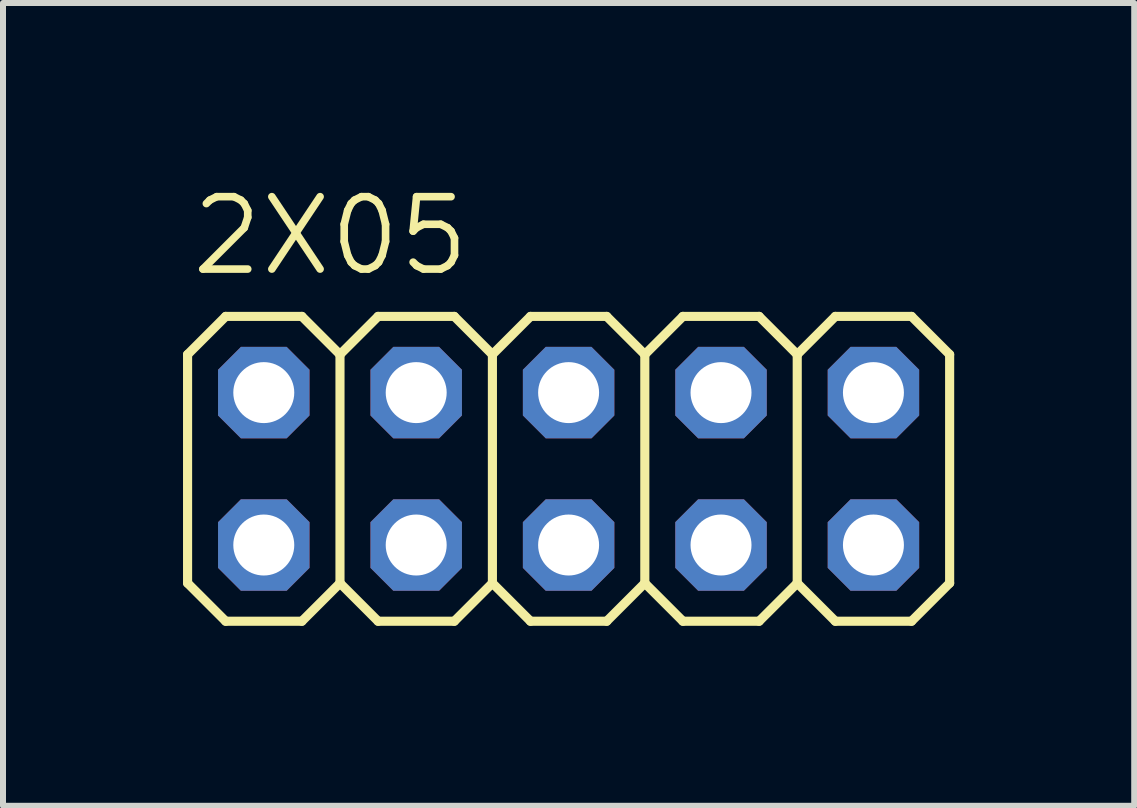
<source format=kicad_pcb>
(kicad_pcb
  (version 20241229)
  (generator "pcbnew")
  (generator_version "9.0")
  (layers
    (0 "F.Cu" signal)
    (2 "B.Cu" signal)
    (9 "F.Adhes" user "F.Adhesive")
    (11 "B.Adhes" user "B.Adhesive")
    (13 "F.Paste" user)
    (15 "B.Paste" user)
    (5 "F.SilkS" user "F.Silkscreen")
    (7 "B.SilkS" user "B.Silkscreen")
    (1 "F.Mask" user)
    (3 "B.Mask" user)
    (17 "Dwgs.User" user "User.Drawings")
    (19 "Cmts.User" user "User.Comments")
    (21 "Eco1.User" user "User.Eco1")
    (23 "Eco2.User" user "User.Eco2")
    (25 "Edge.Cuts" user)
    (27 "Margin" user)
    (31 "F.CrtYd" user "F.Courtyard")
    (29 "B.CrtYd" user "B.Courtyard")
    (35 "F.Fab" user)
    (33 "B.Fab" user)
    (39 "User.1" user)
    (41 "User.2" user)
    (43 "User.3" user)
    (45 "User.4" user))
  (footprint "2X05"
    (layer "F.Cu")
    (at 6.426 4.763)
    (property "Reference" "2X05" (at -6.35 -3.175 0) (layer "F.SilkS") (effects (font (size 1.206 1.206) (thickness 0.127)) (justify left bottom)))
    (attr through_hole)
    (fp_line (start -6.35 -1.905) (end -5.715 -2.54) (stroke (width 0.152) (type solid)) (layer "F.SilkS"))
    (fp_line (start -6.35 1.905) (end -6.35 -1.905) (stroke (width 0.152) (type solid)) (layer "F.SilkS"))
    (fp_line (start -6.35 1.905) (end -5.715 2.54) (stroke (width 0.152) (type solid)) (layer "F.SilkS"))
    (fp_line (start -5.715 -2.54) (end -4.445 -2.54) (stroke (width 0.152) (type solid)) (layer "F.SilkS"))
    (fp_line (start -5.715 2.54) (end -4.445 2.54) (stroke (width 0.152) (type solid)) (layer "F.SilkS"))
    (fp_line (start -4.445 -2.54) (end -3.81 -1.905) (stroke (width 0.152) (type solid)) (layer "F.SilkS"))
    (fp_line (start -4.445 2.54) (end -3.81 1.905) (stroke (width 0.152) (type solid)) (layer "F.SilkS"))
    (fp_line (start -3.81 -1.905) (end -3.81 1.905) (stroke (width 0.152) (type solid)) (layer "F.SilkS"))
    (fp_line (start -3.81 -1.905) (end -3.175 -2.54) (stroke (width 0.152) (type solid)) (layer "F.SilkS"))
    (fp_line (start -3.81 1.905) (end -3.175 2.54) (stroke (width 0.152) (type solid)) (layer "F.SilkS"))
    (fp_line (start -3.175 -2.54) (end -1.905 -2.54) (stroke (width 0.152) (type solid)) (layer "F.SilkS"))
    (fp_line (start -3.175 2.54) (end -1.905 2.54) (stroke (width 0.152) (type solid)) (layer "F.SilkS"))
    (fp_line (start -1.905 -2.54) (end -1.27 -1.905) (stroke (width 0.152) (type solid)) (layer "F.SilkS"))
    (fp_line (start -1.905 2.54) (end -1.27 1.905) (stroke (width 0.152) (type solid)) (layer "F.SilkS"))
    (fp_line (start -1.27 -1.905) (end -1.27 1.905) (stroke (width 0.152) (type solid)) (layer "F.SilkS"))
    (fp_line (start -1.27 -1.905) (end -0.635 -2.54) (stroke (width 0.152) (type solid)) (layer "F.SilkS"))
    (fp_line (start -1.27 1.905) (end -0.635 2.54) (stroke (width 0.152) (type solid)) (layer "F.SilkS"))
    (fp_line (start -0.635 -2.54) (end 0.635 -2.54) (stroke (width 0.152) (type solid)) (layer "F.SilkS"))
    (fp_line (start -0.635 2.54) (end 0.635 2.54) (stroke (width 0.152) (type solid)) (layer "F.SilkS"))
    (fp_line (start 0.635 -2.54) (end 1.27 -1.905) (stroke (width 0.152) (type solid)) (layer "F.SilkS"))
    (fp_line (start 0.635 2.54) (end 1.27 1.905) (stroke (width 0.152) (type solid)) (layer "F.SilkS"))
    (fp_line (start 1.27 -1.905) (end 1.27 1.905) (stroke (width 0.152) (type solid)) (layer "F.SilkS"))
    (fp_line (start 1.27 -1.905) (end 1.905 -2.54) (stroke (width 0.152) (type solid)) (layer "F.SilkS"))
    (fp_line (start 1.27 1.905) (end 1.905 2.54) (stroke (width 0.152) (type solid)) (layer "F.SilkS"))
    (fp_line (start 1.905 -2.54) (end 3.175 -2.54) (stroke (width 0.152) (type solid)) (layer "F.SilkS"))
    (fp_line (start 1.905 2.54) (end 3.175 2.54) (stroke (width 0.152) (type solid)) (layer "F.SilkS"))
    (fp_line (start 3.175 -2.54) (end 3.81 -1.905) (stroke (width 0.152) (type solid)) (layer "F.SilkS"))
    (fp_line (start 3.175 2.54) (end 3.81 1.905) (stroke (width 0.152) (type solid)) (layer "F.SilkS"))
    (fp_line (start 3.81 -1.905) (end 3.81 1.905) (stroke (width 0.152) (type solid)) (layer "F.SilkS"))
    (fp_line (start 3.81 -1.905) (end 4.445 -2.54) (stroke (width 0.152) (type solid)) (layer "F.SilkS"))
    (fp_line (start 3.81 1.905) (end 4.445 2.54) (stroke (width 0.152) (type solid)) (layer "F.SilkS"))
    (fp_line (start 4.445 -2.54) (end 5.715 -2.54) (stroke (width 0.152) (type solid)) (layer "F.SilkS"))
    (fp_line (start 4.445 2.54) (end 5.715 2.54) (stroke (width 0.152) (type solid)) (layer "F.SilkS"))
    (fp_line (start 5.715 -2.54) (end 6.35 -1.905) (stroke (width 0.152) (type solid)) (layer "F.SilkS"))
    (fp_line (start 5.715 2.54) (end 6.35 1.905) (stroke (width 0.152) (type solid)) (layer "F.SilkS"))
    (fp_line (start 6.35 -1.905) (end 6.35 1.905) (stroke (width 0.152) (type solid)) (layer "F.SilkS"))
    (fp_poly (pts (xy -5.334 -1.016) (xy -4.826 -1.016) (xy -4.826 -1.524) (xy -5.334 -1.524)) (stroke (width 0.1) (type solid)) (fill no) (layer "F.Fab"))
    (fp_poly (pts (xy -5.334 1.524) (xy -4.826 1.524) (xy -4.826 1.016) (xy -5.334 1.016)) (stroke (width 0.1) (type solid)) (fill no) (layer "F.Fab"))
    (fp_poly (pts (xy -2.794 -1.016) (xy -2.286 -1.016) (xy -2.286 -1.524) (xy -2.794 -1.524)) (stroke (width 0.1) (type solid)) (fill no) (layer "F.Fab"))
    (fp_poly (pts (xy -2.794 1.524) (xy -2.286 1.524) (xy -2.286 1.016) (xy -2.794 1.016)) (stroke (width 0.1) (type solid)) (fill no) (layer "F.Fab"))
    (fp_poly (pts (xy -0.254 -1.016) (xy 0.254 -1.016) (xy 0.254 -1.524) (xy -0.254 -1.524)) (stroke (width 0.1) (type solid)) (fill no) (layer "F.Fab"))
    (fp_poly (pts (xy -0.254 1.524) (xy 0.254 1.524) (xy 0.254 1.016) (xy -0.254 1.016)) (stroke (width 0.1) (type solid)) (fill no) (layer "F.Fab"))
    (fp_poly (pts (xy 2.286 -1.016) (xy 2.794 -1.016) (xy 2.794 -1.524) (xy 2.286 -1.524)) (stroke (width 0.1) (type solid)) (fill no) (layer "F.Fab"))
    (fp_poly (pts (xy 2.286 1.524) (xy 2.794 1.524) (xy 2.794 1.016) (xy 2.286 1.016)) (stroke (width 0.1) (type solid)) (fill no) (layer "F.Fab"))
    (fp_poly (pts (xy 4.826 -1.016) (xy 5.334 -1.016) (xy 5.334 -1.524) (xy 4.826 -1.524)) (stroke (width 0.1) (type solid)) (fill no) (layer "F.Fab"))
    (fp_poly (pts (xy 4.826 1.524) (xy 5.334 1.524) (xy 5.334 1.016) (xy 4.826 1.016)) (stroke (width 0.1) (type solid)) (fill no) (layer "F.Fab"))
    (pad "1" thru_hole roundrect (at -5.08 1.27) (size 1.524 1.524) (drill 1.016) (layers "*.Cu" "*.Mask") (roundrect_rratio 0.25) (chamfer_ratio 0.25) (chamfer top_left top_right bottom_left bottom_right))
    (pad "2" thru_hole roundrect (at -5.08 -1.27) (size 1.524 1.524) (drill 1.016) (layers "*.Cu" "*.Mask") (roundrect_rratio 0.25) (chamfer_ratio 0.25) (chamfer top_left top_right bottom_left bottom_right))
    (pad "3" thru_hole roundrect (at -2.54 1.27) (size 1.524 1.524) (drill 1.016) (layers "*.Cu" "*.Mask") (roundrect_rratio 0.25) (chamfer_ratio 0.25) (chamfer top_left top_right bottom_left bottom_right))
    (pad "4" thru_hole roundrect (at -2.54 -1.27) (size 1.524 1.524) (drill 1.016) (layers "*.Cu" "*.Mask") (roundrect_rratio 0.25) (chamfer_ratio 0.25) (chamfer top_left top_right bottom_left bottom_right))
    (pad "5" thru_hole roundrect (at 0 1.27) (size 1.524 1.524) (drill 1.016) (layers "*.Cu" "*.Mask") (roundrect_rratio 0.25) (chamfer_ratio 0.25) (chamfer top_left top_right bottom_left bottom_right))
    (pad "6" thru_hole roundrect (at 0 -1.27) (size 1.524 1.524) (drill 1.016) (layers "*.Cu" "*.Mask") (roundrect_rratio 0.25) (chamfer_ratio 0.25) (chamfer top_left top_right bottom_left bottom_right))
    (pad "7" thru_hole roundrect (at 2.54 1.27) (size 1.524 1.524) (drill 1.016) (layers "*.Cu" "*.Mask") (roundrect_rratio 0.25) (chamfer_ratio 0.25) (chamfer top_left top_right bottom_left bottom_right))
    (pad "8" thru_hole roundrect (at 2.54 -1.27) (size 1.524 1.524) (drill 1.016) (layers "*.Cu" "*.Mask") (roundrect_rratio 0.25) (chamfer_ratio 0.25) (chamfer top_left top_right bottom_left bottom_right))
    (pad "9" thru_hole roundrect (at 5.08 1.27) (size 1.524 1.524) (drill 1.016) (layers "*.Cu" "*.Mask") (roundrect_rratio 0.25) (chamfer_ratio 0.25) (chamfer top_left top_right bottom_left bottom_right))
    (pad "10" thru_hole roundrect (at 5.08 -1.27) (size 1.524 1.524) (drill 1.016) (layers "*.Cu" "*.Mask") (roundrect_rratio 0.25) (chamfer_ratio 0.25) (chamfer top_left top_right bottom_left bottom_right)))
  (gr_rect
    (start -3 -3)
    (end 15.852 10.379)
    (stroke (width 0.1) (type default))
    (fill no)
    (layer "Edge.Cuts")))
</source>
